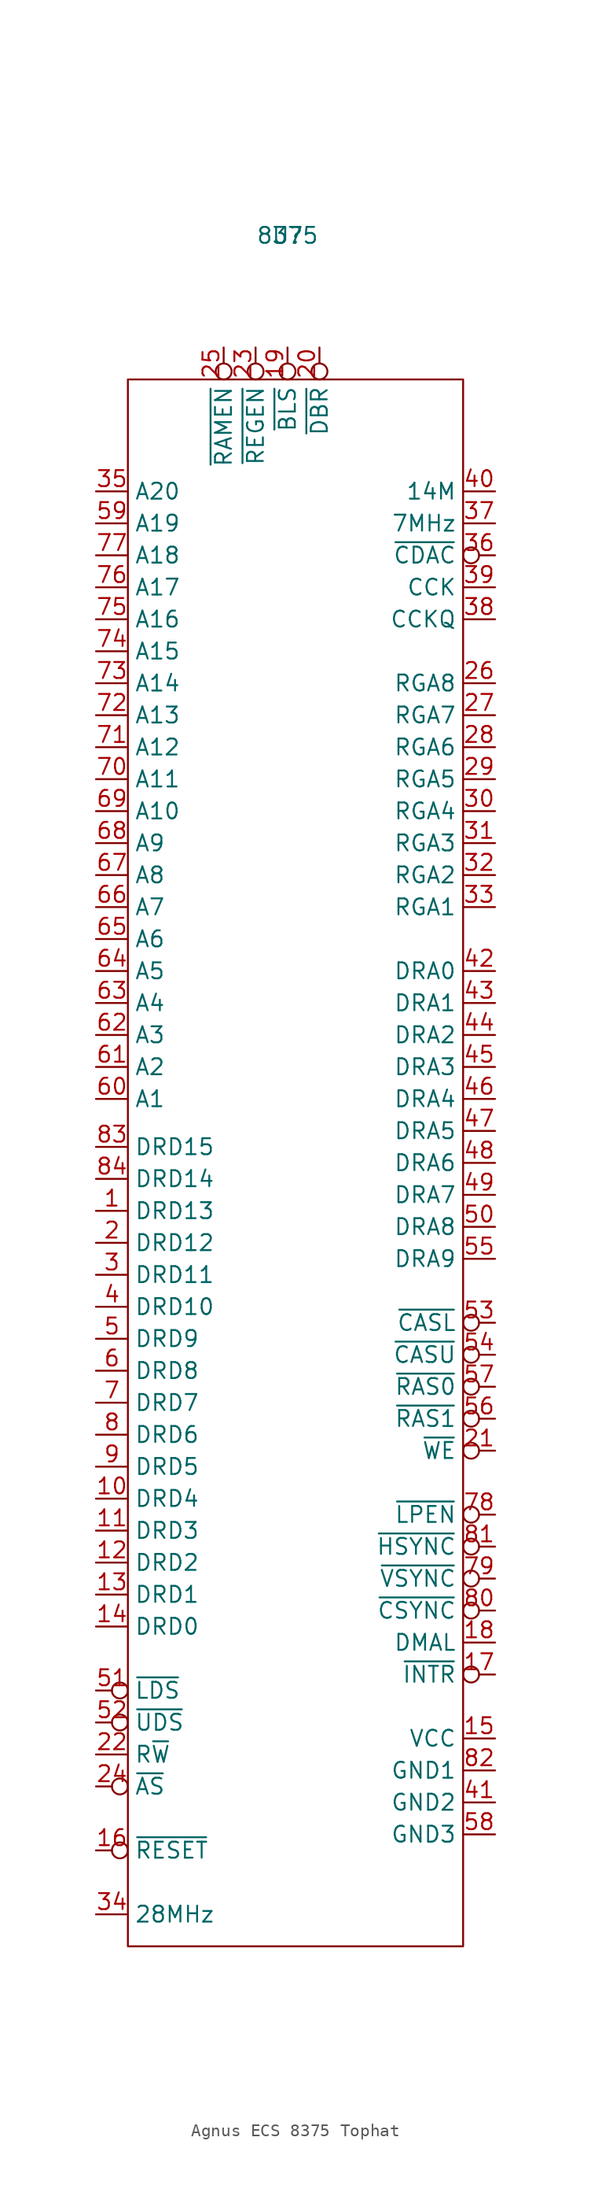
<source format=kicad_sym>
(kicad_symbol_lib
  (version 20241209)
  (generator "kicad_symbol_editor")
  (generator_version "9.0")
  (symbol "Agnus ECS 8375 Tophat"
    (property "Reference" "U"
      (at 0 0 0)
      (effects (font (size 1.27 1.27))))
    (property "Value" "8375"
      (at 0 0 0)
      (effects (font (size 1.27 1.27))))
    (symbol "Agnus ECS 8375 Tophat_0_1"
      (rectangle (start -12.7 -11.43) (end 13.97 -135.89) (stroke (width 0) (type default)) (fill (type none))))
    (symbol "Agnus ECS 8375 Tophat_1_1"
      (pin output line (at -15.24 -20.32 0) (length 2.54) (name "A20" (effects (font (size 1.27 1.27)))) (number "35" (effects (font (size 1.27 1.27)))))
      (pin output line (at -15.24 -22.86 0) (length 2.54) (name "A19" (effects (font (size 1.27 1.27)))) (number "59" (effects (font (size 1.27 1.27)))))
      (pin output line (at -15.24 -25.4 0) (length 2.54) (name "A18" (effects (font (size 1.27 1.27)))) (number "77" (effects (font (size 1.27 1.27)))))
      (pin output line (at -15.24 -27.94 0) (length 2.54) (name "A17" (effects (font (size 1.27 1.27)))) (number "76" (effects (font (size 1.27 1.27)))))
      (pin output line (at -15.24 -30.48 0) (length 2.54) (name "A16" (effects (font (size 1.27 1.27)))) (number "75" (effects (font (size 1.27 1.27)))))
      (pin output line (at -15.24 -33.02 0) (length 2.54) (name "A15" (effects (font (size 1.27 1.27)))) (number "74" (effects (font (size 1.27 1.27)))))
      (pin output line (at -15.24 -35.56 0) (length 2.54) (name "A14" (effects (font (size 1.27 1.27)))) (number "73" (effects (font (size 1.27 1.27)))))
      (pin output line (at -15.24 -38.1 0) (length 2.54) (name "A13" (effects (font (size 1.27 1.27)))) (number "72" (effects (font (size 1.27 1.27)))))
      (pin output line (at -15.24 -40.64 0) (length 2.54) (name "A12" (effects (font (size 1.27 1.27)))) (number "71" (effects (font (size 1.27 1.27)))))
      (pin output line (at -15.24 -43.18 0) (length 2.54) (name "A11" (effects (font (size 1.27 1.27)))) (number "70" (effects (font (size 1.27 1.27)))))
      (pin output line (at -15.24 -45.72 0) (length 2.54) (name "A10" (effects (font (size 1.27 1.27)))) (number "69" (effects (font (size 1.27 1.27)))))
      (pin output line (at -15.24 -48.26 0) (length 2.54) (name "A9" (effects (font (size 1.27 1.27)))) (number "68" (effects (font (size 1.27 1.27)))))
      (pin output line (at -15.24 -50.8 0) (length 2.54) (name "A8" (effects (font (size 1.27 1.27)))) (number "67" (effects (font (size 1.27 1.27)))))
      (pin output line (at -15.24 -53.34 0) (length 2.54) (name "A7" (effects (font (size 1.27 1.27)))) (number "66" (effects (font (size 1.27 1.27)))))
      (pin output line (at -15.24 -55.88 0) (length 2.54) (name "A6" (effects (font (size 1.27 1.27)))) (number "65" (effects (font (size 1.27 1.27)))))
      (pin output line (at -15.24 -58.42 0) (length 2.54) (name "A5" (effects (font (size 1.27 1.27)))) (number "64" (effects (font (size 1.27 1.27)))))
      (pin output line (at -15.24 -60.96 0) (length 2.54) (name "A4" (effects (font (size 1.27 1.27)))) (number "63" (effects (font (size 1.27 1.27)))))
      (pin output line (at -15.24 -63.5 0) (length 2.54) (name "A3" (effects (font (size 1.27 1.27)))) (number "62" (effects (font (size 1.27 1.27)))))
      (pin output line (at -15.24 -66.04 0) (length 2.54) (name "A2" (effects (font (size 1.27 1.27)))) (number "61" (effects (font (size 1.27 1.27)))))
      (pin output line (at -15.24 -68.58 0) (length 2.54) (name "A1" (effects (font (size 1.27 1.27)))) (number "60" (effects (font (size 1.27 1.27)))))
      (pin output line (at -15.24 -72.39 0) (length 2.54) (name "DRD15" (effects (font (size 1.27 1.27)))) (number "83" (effects (font (size 1.27 1.27)))))
      (pin output line (at -15.24 -74.93 0) (length 2.54) (name "DRD14" (effects (font (size 1.27 1.27)))) (number "84" (effects (font (size 1.27 1.27)))))
      (pin output line (at -15.24 -77.47 0) (length 2.54) (name "DRD13" (effects (font (size 1.27 1.27)))) (number "1" (effects (font (size 1.27 1.27)))))
      (pin output line (at -15.24 -80.01 0) (length 2.54) (name "DRD12" (effects (font (size 1.27 1.27)))) (number "2" (effects (font (size 1.27 1.27)))))
      (pin output line (at -15.24 -82.55 0) (length 2.54) (name "DRD11" (effects (font (size 1.27 1.27)))) (number "3" (effects (font (size 1.27 1.27)))))
      (pin output line (at -15.24 -85.09 0) (length 2.54) (name "DRD10" (effects (font (size 1.27 1.27)))) (number "4" (effects (font (size 1.27 1.27)))))
      (pin output line (at -15.24 -87.63 0) (length 2.54) (name "DRD9" (effects (font (size 1.27 1.27)))) (number "5" (effects (font (size 1.27 1.27)))))
      (pin output line (at -15.24 -90.17 0) (length 2.54) (name "DRD8" (effects (font (size 1.27 1.27)))) (number "6" (effects (font (size 1.27 1.27)))))
      (pin output line (at -15.24 -92.71 0) (length 2.54) (name "DRD7" (effects (font (size 1.27 1.27)))) (number "7" (effects (font (size 1.27 1.27)))))
      (pin output line (at -15.24 -95.25 0) (length 2.54) (name "DRD6" (effects (font (size 1.27 1.27)))) (number "8" (effects (font (size 1.27 1.27)))))
      (pin output line (at -15.24 -97.79 0) (length 2.54) (name "DRD5" (effects (font (size 1.27 1.27)))) (number "9" (effects (font (size 1.27 1.27)))))
      (pin output line (at -15.24 -100.33 0) (length 2.54) (name "DRD4" (effects (font (size 1.27 1.27)))) (number "10" (effects (font (size 1.27 1.27)))))
      (pin output line (at -15.24 -102.87 0) (length 2.54) (name "DRD3" (effects (font (size 1.27 1.27)))) (number "11" (effects (font (size 1.27 1.27)))))
      (pin output line (at -15.24 -105.41 0) (length 2.54) (name "DRD2" (effects (font (size 1.27 1.27)))) (number "12" (effects (font (size 1.27 1.27)))))
      (pin output line (at -15.24 -107.95 0) (length 2.54) (name "DRD1" (effects (font (size 1.27 1.27)))) (number "13" (effects (font (size 1.27 1.27)))))
      (pin output line (at -15.24 -110.49 0) (length 2.54) (name "DRD0" (effects (font (size 1.27 1.27)))) (number "14" (effects (font (size 1.27 1.27)))))
      (pin output inverted (at -15.24 -115.57 0) (length 2.54) (name "~{LDS}" (effects (font (size 1.27 1.27)))) (number "51" (effects (font (size 1.27 1.27)))))
      (pin output inverted (at -15.24 -118.11 0) (length 2.54) (name "~{UDS}" (effects (font (size 1.27 1.27)))) (number "52" (effects (font (size 1.27 1.27)))))
      (pin output line (at -15.24 -120.65 0) (length 2.54) (name "R~{W}" (effects (font (size 1.27 1.27)))) (number "22" (effects (font (size 1.27 1.27)))))
      (pin output inverted (at -15.24 -123.19 0) (length 2.54) (name "~{AS}" (effects (font (size 1.27 1.27)))) (number "24" (effects (font (size 1.27 1.27)))))
      (pin output inverted (at -15.24 -128.27 0) (length 2.54) (name "~{RESET}" (effects (font (size 1.27 1.27)))) (number "16" (effects (font (size 1.27 1.27)))))
      (pin output line (at -15.24 -133.35 0) (length 2.54) (name "28MHz" (effects (font (size 1.27 1.27)))) (number "34" (effects (font (size 1.27 1.27)))))
      (pin output inverted (at -5.08 -8.89 270) (length 2.54) (name "~{RAMEN}" (effects (font (size 1.27 1.27)))) (number "25" (effects (font (size 1.27 1.27)))))
      (pin output inverted (at -2.54 -8.89 270) (length 2.54) (name "~{REGEN}" (effects (font (size 1.27 1.27)))) (number "23" (effects (font (size 1.27 1.27)))))
      (pin output inverted (at 0 -8.89 270) (length 2.54) (name "~{BLS}" (effects (font (size 1.27 1.27)))) (number "19" (effects (font (size 1.27 1.27)))))
      (pin output inverted (at 2.54 -8.89 270) (length 2.54) (name "~{DBR}" (effects (font (size 1.27 1.27)))) (number "20" (effects (font (size 1.27 1.27)))))
      (pin output line (at 16.51 -20.32 180) (length 2.54) (name "14M" (effects (font (size 1.27 1.27)))) (number "40" (effects (font (size 1.27 1.27)))))
      (pin output line (at 16.51 -22.86 180) (length 2.54) (name "7MHz" (effects (font (size 1.27 1.27)))) (number "37" (effects (font (size 1.27 1.27)))))
      (pin output inverted (at 16.51 -25.4 180) (length 2.54) (name "~{CDAC}" (effects (font (size 1.27 1.27)))) (number "36" (effects (font (size 1.27 1.27)))))
      (pin output line (at 16.51 -27.94 180) (length 2.54) (name "CCK" (effects (font (size 1.27 1.27)))) (number "39" (effects (font (size 1.27 1.27)))))
      (pin output line (at 16.51 -30.48 180) (length 2.54) (name "CCKQ" (effects (font (size 1.27 1.27)))) (number "38" (effects (font (size 1.27 1.27)))))
      (pin output line (at 16.51 -35.56 180) (length 2.54) (name "RGA8" (effects (font (size 1.27 1.27)))) (number "26" (effects (font (size 1.27 1.27)))))
      (pin output line (at 16.51 -38.1 180) (length 2.54) (name "RGA7" (effects (font (size 1.27 1.27)))) (number "27" (effects (font (size 1.27 1.27)))))
      (pin output line (at 16.51 -40.64 180) (length 2.54) (name "RGA6" (effects (font (size 1.27 1.27)))) (number "28" (effects (font (size 1.27 1.27)))))
      (pin output line (at 16.51 -43.18 180) (length 2.54) (name "RGA5" (effects (font (size 1.27 1.27)))) (number "29" (effects (font (size 1.27 1.27)))))
      (pin output line (at 16.51 -45.72 180) (length 2.54) (name "RGA4" (effects (font (size 1.27 1.27)))) (number "30" (effects (font (size 1.27 1.27)))))
      (pin output line (at 16.51 -48.26 180) (length 2.54) (name "RGA3" (effects (font (size 1.27 1.27)))) (number "31" (effects (font (size 1.27 1.27)))))
      (pin output line (at 16.51 -50.8 180) (length 2.54) (name "RGA2" (effects (font (size 1.27 1.27)))) (number "32" (effects (font (size 1.27 1.27)))))
      (pin output line (at 16.51 -53.34 180) (length 2.54) (name "RGA1" (effects (font (size 1.27 1.27)))) (number "33" (effects (font (size 1.27 1.27)))))
      (pin output line (at 16.51 -58.42 180) (length 2.54) (name "DRA0" (effects (font (size 1.27 1.27)))) (number "42" (effects (font (size 1.27 1.27)))))
      (pin output line (at 16.51 -60.96 180) (length 2.54) (name "DRA1" (effects (font (size 1.27 1.27)))) (number "43" (effects (font (size 1.27 1.27)))))
      (pin output line (at 16.51 -63.5 180) (length 2.54) (name "DRA2" (effects (font (size 1.27 1.27)))) (number "44" (effects (font (size 1.27 1.27)))))
      (pin output line (at 16.51 -66.04 180) (length 2.54) (name "DRA3" (effects (font (size 1.27 1.27)))) (number "45" (effects (font (size 1.27 1.27)))))
      (pin output line (at 16.51 -68.58 180) (length 2.54) (name "DRA4" (effects (font (size 1.27 1.27)))) (number "46" (effects (font (size 1.27 1.27)))))
      (pin output line (at 16.51 -71.12 180) (length 2.54) (name "DRA5" (effects (font (size 1.27 1.27)))) (number "47" (effects (font (size 1.27 1.27)))))
      (pin output line (at 16.51 -73.66 180) (length 2.54) (name "DRA6" (effects (font (size 1.27 1.27)))) (number "48" (effects (font (size 1.27 1.27)))))
      (pin output line (at 16.51 -76.2 180) (length 2.54) (name "DRA7" (effects (font (size 1.27 1.27)))) (number "49" (effects (font (size 1.27 1.27)))))
      (pin output line (at 16.51 -78.74 180) (length 2.54) (name "DRA8" (effects (font (size 1.27 1.27)))) (number "50" (effects (font (size 1.27 1.27)))))
      (pin output line (at 16.51 -81.28 180) (length 2.54) (name "DRA9" (effects (font (size 1.27 1.27)))) (number "55" (effects (font (size 1.27 1.27)))))
      (pin output inverted (at 16.51 -86.36 180) (length 2.54) (name "~{CASL}" (effects (font (size 1.27 1.27)))) (number "53" (effects (font (size 1.27 1.27)))))
      (pin output inverted (at 16.51 -88.9 180) (length 2.54) (name "~{CASU}" (effects (font (size 1.27 1.27)))) (number "54" (effects (font (size 1.27 1.27)))))
      (pin output inverted (at 16.51 -91.44 180) (length 2.54) (name "~{RAS0}" (effects (font (size 1.27 1.27)))) (number "57" (effects (font (size 1.27 1.27)))))
      (pin output inverted (at 16.51 -93.98 180) (length 2.54) (name "~{RAS1}" (effects (font (size 1.27 1.27)))) (number "56" (effects (font (size 1.27 1.27)))))
      (pin output inverted (at 16.51 -96.52 180) (length 2.54) (name "~{WE}" (effects (font (size 1.27 1.27)))) (number "21" (effects (font (size 1.27 1.27)))))
      (pin output inverted (at 16.51 -101.6 180) (length 2.54) (name "~{LPEN}" (effects (font (size 1.27 1.27)))) (number "78" (effects (font (size 1.27 1.27)))))
      (pin output inverted (at 16.51 -104.14 180) (length 2.54) (name "~{HSYNC}" (effects (font (size 1.27 1.27)))) (number "81" (effects (font (size 1.27 1.27)))))
      (pin output inverted (at 16.51 -106.68 180) (length 2.54) (name "~{VSYNC}" (effects (font (size 1.27 1.27)))) (number "79" (effects (font (size 1.27 1.27)))))
      (pin output inverted (at 16.51 -109.22 180) (length 2.54) (name "~{CSYNC}" (effects (font (size 1.27 1.27)))) (number "80" (effects (font (size 1.27 1.27)))))
      (pin output line (at 16.51 -111.76 180) (length 2.54) (name "DMAL" (effects (font (size 1.27 1.27)))) (number "18" (effects (font (size 1.27 1.27)))))
      (pin output inverted (at 16.51 -114.3 180) (length 2.54) (name "~{INTR}" (effects (font (size 1.27 1.27)))) (number "17" (effects (font (size 1.27 1.27)))))
      (pin power_out line (at 16.51 -119.38 180) (length 2.54) (name "VCC" (effects (font (size 1.27 1.27)))) (number "15" (effects (font (size 1.27 1.27)))))
      (pin power_out line (at 16.51 -121.92 180) (length 2.54) (name "GND1" (effects (font (size 1.27 1.27)))) (number "82" (effects (font (size 1.27 1.27)))))
      (pin power_out line (at 16.51 -124.46 180) (length 2.54) (name "GND2" (effects (font (size 1.27 1.27)))) (number "41" (effects (font (size 1.27 1.27)))))
      (pin power_out line (at 16.51 -127 180) (length 2.54) (name "GND3" (effects (font (size 1.27 1.27)))) (number "58" (effects (font (size 1.27 1.27))))))))
</source>
